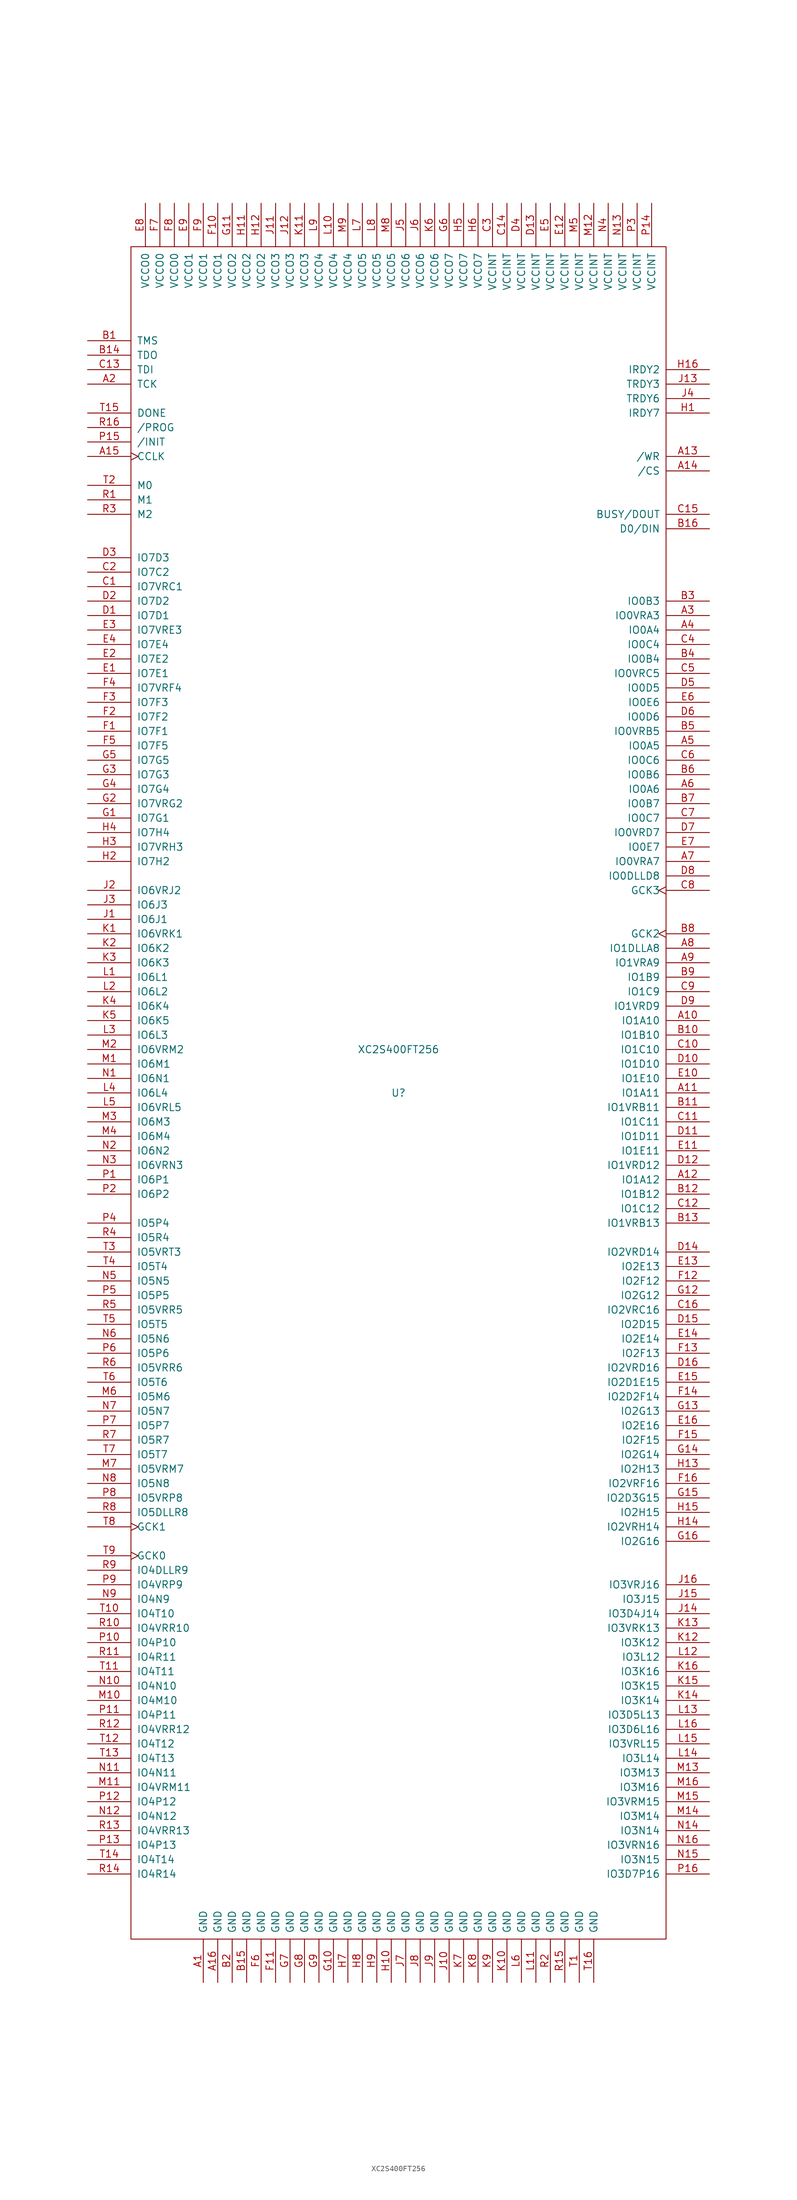
<source format=kicad_sym>
(kicad_symbol_lib
  (version 20211014)
  (generator kicad_symbol_editor)
  (symbol "XC2S400FT256"
    (pin_names
      (offset 1.016))
    (property "Reference" "U"
      (at 0 0 0)
      (effects (font (size 1.27 1.27))))
    (property "Value" "XC2S400FT256"
      (at 0 7.62 0)
      (effects (font (size 1.27 1.27))))
    (symbol "XC2S400FT256_0_1"
      (rectangle (start 46.99 -148.59) (end -46.99 148.59) (stroke (width 0) (type default) (color 0 0 0 0)) (fill (type none))))
    (symbol "XC2S400FT256_1_1"
      (pin power_in line (at -34.29 -156.21 90) (length 7.62) (name "GND" (effects (font (size 1.27 1.27)))) (number "A1" (effects (font (size 1.27 1.27)))))
      (pin bidirectional line (at 54.61 12.7 180) (length 7.62) (name "IO1A10" (effects (font (size 1.27 1.27)))) (number "A10" (effects (font (size 1.27 1.27)))))
      (pin bidirectional line (at 54.61 0 180) (length 7.62) (name "IO1A11" (effects (font (size 1.27 1.27)))) (number "A11" (effects (font (size 1.27 1.27)))))
      (pin bidirectional line (at 54.61 -15.24 180) (length 7.62) (name "IO1A12" (effects (font (size 1.27 1.27)))) (number "A12" (effects (font (size 1.27 1.27)))))
      (pin bidirectional line (at 54.61 111.76 180) (length 7.62) (name "/WR" (effects (font (size 1.27 1.27)))) (number "A13" (effects (font (size 1.27 1.27)))))
      (pin bidirectional line (at 54.61 109.22 180) (length 7.62) (name "/CS" (effects (font (size 1.27 1.27)))) (number "A14" (effects (font (size 1.27 1.27)))))
      (pin bidirectional clock (at -54.61 111.76 0) (length 7.62) (name "CCLK" (effects (font (size 1.27 1.27)))) (number "A15" (effects (font (size 1.27 1.27)))))
      (pin power_in line (at -31.75 -156.21 90) (length 7.62) (name "GND" (effects (font (size 1.27 1.27)))) (number "A16" (effects (font (size 1.27 1.27)))))
      (pin bidirectional line (at -54.61 124.46 0) (length 7.62) (name "TCK" (effects (font (size 1.27 1.27)))) (number "A2" (effects (font (size 1.27 1.27)))))
      (pin bidirectional line (at 54.61 83.82 180) (length 7.62) (name "IO0VRA3" (effects (font (size 1.27 1.27)))) (number "A3" (effects (font (size 1.27 1.27)))))
      (pin bidirectional line (at 54.61 81.28 180) (length 7.62) (name "IO0A4" (effects (font (size 1.27 1.27)))) (number "A4" (effects (font (size 1.27 1.27)))))
      (pin bidirectional line (at 54.61 60.96 180) (length 7.62) (name "IO0A5" (effects (font (size 1.27 1.27)))) (number "A5" (effects (font (size 1.27 1.27)))))
      (pin bidirectional line (at 54.61 53.34 180) (length 7.62) (name "IO0A6" (effects (font (size 1.27 1.27)))) (number "A6" (effects (font (size 1.27 1.27)))))
      (pin bidirectional line (at 54.61 40.64 180) (length 7.62) (name "IO0VRA7" (effects (font (size 1.27 1.27)))) (number "A7" (effects (font (size 1.27 1.27)))))
      (pin bidirectional line (at 54.61 25.4 180) (length 7.62) (name "IO1DLLA8" (effects (font (size 1.27 1.27)))) (number "A8" (effects (font (size 1.27 1.27)))))
      (pin bidirectional line (at 54.61 22.86 180) (length 7.62) (name "IO1VRA9" (effects (font (size 1.27 1.27)))) (number "A9" (effects (font (size 1.27 1.27)))))
      (pin bidirectional line (at -54.61 132.08 0) (length 7.62) (name "TMS" (effects (font (size 1.27 1.27)))) (number "B1" (effects (font (size 1.27 1.27)))))
      (pin bidirectional line (at 54.61 10.16 180) (length 7.62) (name "IO1B10" (effects (font (size 1.27 1.27)))) (number "B10" (effects (font (size 1.27 1.27)))))
      (pin bidirectional line (at 54.61 -2.54 180) (length 7.62) (name "IO1VRB11" (effects (font (size 1.27 1.27)))) (number "B11" (effects (font (size 1.27 1.27)))))
      (pin bidirectional line (at 54.61 -17.78 180) (length 7.62) (name "IO1B12" (effects (font (size 1.27 1.27)))) (number "B12" (effects (font (size 1.27 1.27)))))
      (pin bidirectional line (at 54.61 -22.86 180) (length 7.62) (name "IO1VRB13" (effects (font (size 1.27 1.27)))) (number "B13" (effects (font (size 1.27 1.27)))))
      (pin bidirectional line (at -54.61 129.54 0) (length 7.62) (name "TDO" (effects (font (size 1.27 1.27)))) (number "B14" (effects (font (size 1.27 1.27)))))
      (pin power_in line (at -26.67 -156.21 90) (length 7.62) (name "GND" (effects (font (size 1.27 1.27)))) (number "B15" (effects (font (size 1.27 1.27)))))
      (pin bidirectional line (at 54.61 99.06 180) (length 7.62) (name "D0/DIN" (effects (font (size 1.27 1.27)))) (number "B16" (effects (font (size 1.27 1.27)))))
      (pin power_in line (at -29.21 -156.21 90) (length 7.62) (name "GND" (effects (font (size 1.27 1.27)))) (number "B2" (effects (font (size 1.27 1.27)))))
      (pin bidirectional line (at 54.61 86.36 180) (length 7.62) (name "IO0B3" (effects (font (size 1.27 1.27)))) (number "B3" (effects (font (size 1.27 1.27)))))
      (pin bidirectional line (at 54.61 76.2 180) (length 7.62) (name "IO0B4" (effects (font (size 1.27 1.27)))) (number "B4" (effects (font (size 1.27 1.27)))))
      (pin bidirectional line (at 54.61 63.5 180) (length 7.62) (name "IO0VRB5" (effects (font (size 1.27 1.27)))) (number "B5" (effects (font (size 1.27 1.27)))))
      (pin bidirectional line (at 54.61 55.88 180) (length 7.62) (name "IO0B6" (effects (font (size 1.27 1.27)))) (number "B6" (effects (font (size 1.27 1.27)))))
      (pin bidirectional line (at 54.61 50.8 180) (length 7.62) (name "IO0B7" (effects (font (size 1.27 1.27)))) (number "B7" (effects (font (size 1.27 1.27)))))
      (pin input clock (at 54.61 27.94 180) (length 7.62) (name "GCK2" (effects (font (size 1.27 1.27)))) (number "B8" (effects (font (size 1.27 1.27)))))
      (pin bidirectional line (at 54.61 20.32 180) (length 7.62) (name "IO1B9" (effects (font (size 1.27 1.27)))) (number "B9" (effects (font (size 1.27 1.27)))))
      (pin bidirectional line (at -54.61 88.9 0) (length 7.62) (name "IO7VRC1" (effects (font (size 1.27 1.27)))) (number "C1" (effects (font (size 1.27 1.27)))))
      (pin bidirectional line (at 54.61 7.62 180) (length 7.62) (name "IO1C10" (effects (font (size 1.27 1.27)))) (number "C10" (effects (font (size 1.27 1.27)))))
      (pin bidirectional line (at 54.61 -5.08 180) (length 7.62) (name "IO1C11" (effects (font (size 1.27 1.27)))) (number "C11" (effects (font (size 1.27 1.27)))))
      (pin bidirectional line (at 54.61 -20.32 180) (length 7.62) (name "IO1C12" (effects (font (size 1.27 1.27)))) (number "C12" (effects (font (size 1.27 1.27)))))
      (pin bidirectional line (at -54.61 127 0) (length 7.62) (name "TDI" (effects (font (size 1.27 1.27)))) (number "C13" (effects (font (size 1.27 1.27)))))
      (pin power_in line (at 19.05 156.21 270) (length 7.62) (name "VCCINT" (effects (font (size 1.27 1.27)))) (number "C14" (effects (font (size 1.27 1.27)))))
      (pin bidirectional line (at 54.61 101.6 180) (length 7.62) (name "BUSY/DOUT" (effects (font (size 1.27 1.27)))) (number "C15" (effects (font (size 1.27 1.27)))))
      (pin bidirectional line (at 54.61 -38.1 180) (length 7.62) (name "IO2VRC16" (effects (font (size 1.27 1.27)))) (number "C16" (effects (font (size 1.27 1.27)))))
      (pin bidirectional line (at -54.61 91.44 0) (length 7.62) (name "IO7C2" (effects (font (size 1.27 1.27)))) (number "C2" (effects (font (size 1.27 1.27)))))
      (pin power_in line (at 16.51 156.21 270) (length 7.62) (name "VCCINT" (effects (font (size 1.27 1.27)))) (number "C3" (effects (font (size 1.27 1.27)))))
      (pin bidirectional line (at 54.61 78.74 180) (length 7.62) (name "IO0C4" (effects (font (size 1.27 1.27)))) (number "C4" (effects (font (size 1.27 1.27)))))
      (pin bidirectional line (at 54.61 73.66 180) (length 7.62) (name "IO0VRC5" (effects (font (size 1.27 1.27)))) (number "C5" (effects (font (size 1.27 1.27)))))
      (pin bidirectional line (at 54.61 58.42 180) (length 7.62) (name "IO0C6" (effects (font (size 1.27 1.27)))) (number "C6" (effects (font (size 1.27 1.27)))))
      (pin bidirectional line (at 54.61 48.26 180) (length 7.62) (name "IO0C7" (effects (font (size 1.27 1.27)))) (number "C7" (effects (font (size 1.27 1.27)))))
      (pin input clock (at 54.61 35.56 180) (length 7.62) (name "GCK3" (effects (font (size 1.27 1.27)))) (number "C8" (effects (font (size 1.27 1.27)))))
      (pin bidirectional line (at 54.61 17.78 180) (length 7.62) (name "IO1C9" (effects (font (size 1.27 1.27)))) (number "C9" (effects (font (size 1.27 1.27)))))
      (pin bidirectional line (at -54.61 83.82 0) (length 7.62) (name "IO7D1" (effects (font (size 1.27 1.27)))) (number "D1" (effects (font (size 1.27 1.27)))))
      (pin bidirectional line (at 54.61 5.08 180) (length 7.62) (name "IO1D10" (effects (font (size 1.27 1.27)))) (number "D10" (effects (font (size 1.27 1.27)))))
      (pin bidirectional line (at 54.61 -7.62 180) (length 7.62) (name "IO1D11" (effects (font (size 1.27 1.27)))) (number "D11" (effects (font (size 1.27 1.27)))))
      (pin bidirectional line (at 54.61 -12.7 180) (length 7.62) (name "IO1VRD12" (effects (font (size 1.27 1.27)))) (number "D12" (effects (font (size 1.27 1.27)))))
      (pin power_in line (at 24.13 156.21 270) (length 7.62) (name "VCCINT" (effects (font (size 1.27 1.27)))) (number "D13" (effects (font (size 1.27 1.27)))))
      (pin bidirectional line (at 54.61 -27.94 180) (length 7.62) (name "IO2VRD14" (effects (font (size 1.27 1.27)))) (number "D14" (effects (font (size 1.27 1.27)))))
      (pin bidirectional line (at 54.61 -40.64 180) (length 7.62) (name "IO2D15" (effects (font (size 1.27 1.27)))) (number "D15" (effects (font (size 1.27 1.27)))))
      (pin bidirectional line (at 54.61 -48.26 180) (length 7.62) (name "IO2VRD16" (effects (font (size 1.27 1.27)))) (number "D16" (effects (font (size 1.27 1.27)))))
      (pin bidirectional line (at -54.61 86.36 0) (length 7.62) (name "IO7D2" (effects (font (size 1.27 1.27)))) (number "D2" (effects (font (size 1.27 1.27)))))
      (pin bidirectional line (at -54.61 93.98 0) (length 7.62) (name "IO7D3" (effects (font (size 1.27 1.27)))) (number "D3" (effects (font (size 1.27 1.27)))))
      (pin power_in line (at 21.59 156.21 270) (length 7.62) (name "VCCINT" (effects (font (size 1.27 1.27)))) (number "D4" (effects (font (size 1.27 1.27)))))
      (pin bidirectional line (at 54.61 71.12 180) (length 7.62) (name "IO0D5" (effects (font (size 1.27 1.27)))) (number "D5" (effects (font (size 1.27 1.27)))))
      (pin bidirectional line (at 54.61 66.04 180) (length 7.62) (name "IO0D6" (effects (font (size 1.27 1.27)))) (number "D6" (effects (font (size 1.27 1.27)))))
      (pin bidirectional line (at 54.61 45.72 180) (length 7.62) (name "IO0VRD7" (effects (font (size 1.27 1.27)))) (number "D7" (effects (font (size 1.27 1.27)))))
      (pin bidirectional line (at 54.61 38.1 180) (length 7.62) (name "IO0DLLD8" (effects (font (size 1.27 1.27)))) (number "D8" (effects (font (size 1.27 1.27)))))
      (pin bidirectional line (at 54.61 15.24 180) (length 7.62) (name "IO1VRD9" (effects (font (size 1.27 1.27)))) (number "D9" (effects (font (size 1.27 1.27)))))
      (pin bidirectional line (at -54.61 73.66 0) (length 7.62) (name "IO7E1" (effects (font (size 1.27 1.27)))) (number "E1" (effects (font (size 1.27 1.27)))))
      (pin bidirectional line (at 54.61 2.54 180) (length 7.62) (name "IO1E10" (effects (font (size 1.27 1.27)))) (number "E10" (effects (font (size 1.27 1.27)))))
      (pin bidirectional line (at 54.61 -10.16 180) (length 7.62) (name "IO1E11" (effects (font (size 1.27 1.27)))) (number "E11" (effects (font (size 1.27 1.27)))))
      (pin power_in line (at 29.21 156.21 270) (length 7.62) (name "VCCINT" (effects (font (size 1.27 1.27)))) (number "E12" (effects (font (size 1.27 1.27)))))
      (pin bidirectional line (at 54.61 -30.48 180) (length 7.62) (name "IO2E13" (effects (font (size 1.27 1.27)))) (number "E13" (effects (font (size 1.27 1.27)))))
      (pin bidirectional line (at 54.61 -43.18 180) (length 7.62) (name "IO2E14" (effects (font (size 1.27 1.27)))) (number "E14" (effects (font (size 1.27 1.27)))))
      (pin bidirectional line (at 54.61 -50.8 180) (length 7.62) (name "IO2D1E15" (effects (font (size 1.27 1.27)))) (number "E15" (effects (font (size 1.27 1.27)))))
      (pin bidirectional line (at 54.61 -58.42 180) (length 7.62) (name "IO2E16" (effects (font (size 1.27 1.27)))) (number "E16" (effects (font (size 1.27 1.27)))))
      (pin bidirectional line (at -54.61 76.2 0) (length 7.62) (name "IO7E2" (effects (font (size 1.27 1.27)))) (number "E2" (effects (font (size 1.27 1.27)))))
      (pin bidirectional line (at -54.61 81.28 0) (length 7.62) (name "IO7VRE3" (effects (font (size 1.27 1.27)))) (number "E3" (effects (font (size 1.27 1.27)))))
      (pin bidirectional line (at -54.61 78.74 0) (length 7.62) (name "IO7E4" (effects (font (size 1.27 1.27)))) (number "E4" (effects (font (size 1.27 1.27)))))
      (pin power_in line (at 26.67 156.21 270) (length 7.62) (name "VCCINT" (effects (font (size 1.27 1.27)))) (number "E5" (effects (font (size 1.27 1.27)))))
      (pin bidirectional line (at 54.61 68.58 180) (length 7.62) (name "IO0E6" (effects (font (size 1.27 1.27)))) (number "E6" (effects (font (size 1.27 1.27)))))
      (pin bidirectional line (at 54.61 43.18 180) (length 7.62) (name "IO0E7" (effects (font (size 1.27 1.27)))) (number "E7" (effects (font (size 1.27 1.27)))))
      (pin power_in line (at -44.45 156.21 270) (length 7.62) (name "VCCO0" (effects (font (size 1.27 1.27)))) (number "E8" (effects (font (size 1.27 1.27)))))
      (pin power_in line (at -36.83 156.21 270) (length 7.62) (name "VCCO1" (effects (font (size 1.27 1.27)))) (number "E9" (effects (font (size 1.27 1.27)))))
      (pin bidirectional line (at -54.61 63.5 0) (length 7.62) (name "IO7F1" (effects (font (size 1.27 1.27)))) (number "F1" (effects (font (size 1.27 1.27)))))
      (pin power_in line (at -31.75 156.21 270) (length 7.62) (name "VCCO1" (effects (font (size 1.27 1.27)))) (number "F10" (effects (font (size 1.27 1.27)))))
      (pin power_in line (at -21.59 -156.21 90) (length 7.62) (name "GND" (effects (font (size 1.27 1.27)))) (number "F11" (effects (font (size 1.27 1.27)))))
      (pin bidirectional line (at 54.61 -33.02 180) (length 7.62) (name "IO2F12" (effects (font (size 1.27 1.27)))) (number "F12" (effects (font (size 1.27 1.27)))))
      (pin bidirectional line (at 54.61 -45.72 180) (length 7.62) (name "IO2F13" (effects (font (size 1.27 1.27)))) (number "F13" (effects (font (size 1.27 1.27)))))
      (pin bidirectional line (at 54.61 -53.34 180) (length 7.62) (name "IO2D2F14" (effects (font (size 1.27 1.27)))) (number "F14" (effects (font (size 1.27 1.27)))))
      (pin bidirectional line (at 54.61 -60.96 180) (length 7.62) (name "IO2F15" (effects (font (size 1.27 1.27)))) (number "F15" (effects (font (size 1.27 1.27)))))
      (pin bidirectional line (at 54.61 -68.58 180) (length 7.62) (name "IO2VRF16" (effects (font (size 1.27 1.27)))) (number "F16" (effects (font (size 1.27 1.27)))))
      (pin bidirectional line (at -54.61 66.04 0) (length 7.62) (name "IO7F2" (effects (font (size 1.27 1.27)))) (number "F2" (effects (font (size 1.27 1.27)))))
      (pin bidirectional line (at -54.61 68.58 0) (length 7.62) (name "IO7F3" (effects (font (size 1.27 1.27)))) (number "F3" (effects (font (size 1.27 1.27)))))
      (pin bidirectional line (at -54.61 71.12 0) (length 7.62) (name "IO7VRF4" (effects (font (size 1.27 1.27)))) (number "F4" (effects (font (size 1.27 1.27)))))
      (pin bidirectional line (at -54.61 60.96 0) (length 7.62) (name "IO7F5" (effects (font (size 1.27 1.27)))) (number "F5" (effects (font (size 1.27 1.27)))))
      (pin power_in line (at -24.13 -156.21 90) (length 7.62) (name "GND" (effects (font (size 1.27 1.27)))) (number "F6" (effects (font (size 1.27 1.27)))))
      (pin power_in line (at -41.91 156.21 270) (length 7.62) (name "VCCO0" (effects (font (size 1.27 1.27)))) (number "F7" (effects (font (size 1.27 1.27)))))
      (pin power_in line (at -39.37 156.21 270) (length 7.62) (name "VCCO0" (effects (font (size 1.27 1.27)))) (number "F8" (effects (font (size 1.27 1.27)))))
      (pin power_in line (at -34.29 156.21 270) (length 7.62) (name "VCCO1" (effects (font (size 1.27 1.27)))) (number "F9" (effects (font (size 1.27 1.27)))))
      (pin bidirectional line (at -54.61 48.26 0) (length 7.62) (name "IO7G1" (effects (font (size 1.27 1.27)))) (number "G1" (effects (font (size 1.27 1.27)))))
      (pin power_in line (at -11.43 -156.21 90) (length 7.62) (name "GND" (effects (font (size 1.27 1.27)))) (number "G10" (effects (font (size 1.27 1.27)))))
      (pin power_in line (at -29.21 156.21 270) (length 7.62) (name "VCCO2" (effects (font (size 1.27 1.27)))) (number "G11" (effects (font (size 1.27 1.27)))))
      (pin bidirectional line (at 54.61 -35.56 180) (length 7.62) (name "IO2G12" (effects (font (size 1.27 1.27)))) (number "G12" (effects (font (size 1.27 1.27)))))
      (pin bidirectional line (at 54.61 -55.88 180) (length 7.62) (name "IO2G13" (effects (font (size 1.27 1.27)))) (number "G13" (effects (font (size 1.27 1.27)))))
      (pin bidirectional line (at 54.61 -63.5 180) (length 7.62) (name "IO2G14" (effects (font (size 1.27 1.27)))) (number "G14" (effects (font (size 1.27 1.27)))))
      (pin bidirectional line (at 54.61 -71.12 180) (length 7.62) (name "IO2D3G15" (effects (font (size 1.27 1.27)))) (number "G15" (effects (font (size 1.27 1.27)))))
      (pin bidirectional line (at 54.61 -78.74 180) (length 7.62) (name "IO2G16" (effects (font (size 1.27 1.27)))) (number "G16" (effects (font (size 1.27 1.27)))))
      (pin bidirectional line (at -54.61 50.8 0) (length 7.62) (name "IO7VRG2" (effects (font (size 1.27 1.27)))) (number "G2" (effects (font (size 1.27 1.27)))))
      (pin bidirectional line (at -54.61 55.88 0) (length 7.62) (name "IO7G3" (effects (font (size 1.27 1.27)))) (number "G3" (effects (font (size 1.27 1.27)))))
      (pin bidirectional line (at -54.61 53.34 0) (length 7.62) (name "IO7G4" (effects (font (size 1.27 1.27)))) (number "G4" (effects (font (size 1.27 1.27)))))
      (pin bidirectional line (at -54.61 58.42 0) (length 7.62) (name "IO7G5" (effects (font (size 1.27 1.27)))) (number "G5" (effects (font (size 1.27 1.27)))))
      (pin power_in line (at 8.89 156.21 270) (length 7.62) (name "VCCO7" (effects (font (size 1.27 1.27)))) (number "G6" (effects (font (size 1.27 1.27)))))
      (pin power_in line (at -19.05 -156.21 90) (length 7.62) (name "GND" (effects (font (size 1.27 1.27)))) (number "G7" (effects (font (size 1.27 1.27)))))
      (pin power_in line (at -16.51 -156.21 90) (length 7.62) (name "GND" (effects (font (size 1.27 1.27)))) (number "G8" (effects (font (size 1.27 1.27)))))
      (pin power_in line (at -13.97 -156.21 90) (length 7.62) (name "GND" (effects (font (size 1.27 1.27)))) (number "G9" (effects (font (size 1.27 1.27)))))
      (pin bidirectional line (at 54.61 119.38 180) (length 7.62) (name "IRDY7" (effects (font (size 1.27 1.27)))) (number "H1" (effects (font (size 1.27 1.27)))))
      (pin power_in line (at -1.27 -156.21 90) (length 7.62) (name "GND" (effects (font (size 1.27 1.27)))) (number "H10" (effects (font (size 1.27 1.27)))))
      (pin power_in line (at -26.67 156.21 270) (length 7.62) (name "VCCO2" (effects (font (size 1.27 1.27)))) (number "H11" (effects (font (size 1.27 1.27)))))
      (pin power_in line (at -24.13 156.21 270) (length 7.62) (name "VCCO2" (effects (font (size 1.27 1.27)))) (number "H12" (effects (font (size 1.27 1.27)))))
      (pin bidirectional line (at 54.61 -66.04 180) (length 7.62) (name "IO2H13" (effects (font (size 1.27 1.27)))) (number "H13" (effects (font (size 1.27 1.27)))))
      (pin bidirectional line (at 54.61 -76.2 180) (length 7.62) (name "IO2VRH14" (effects (font (size 1.27 1.27)))) (number "H14" (effects (font (size 1.27 1.27)))))
      (pin bidirectional line (at 54.61 -73.66 180) (length 7.62) (name "IO2H15" (effects (font (size 1.27 1.27)))) (number "H15" (effects (font (size 1.27 1.27)))))
      (pin bidirectional line (at 54.61 127 180) (length 7.62) (name "IRDY2" (effects (font (size 1.27 1.27)))) (number "H16" (effects (font (size 1.27 1.27)))))
      (pin bidirectional line (at -54.61 40.64 0) (length 7.62) (name "IO7H2" (effects (font (size 1.27 1.27)))) (number "H2" (effects (font (size 1.27 1.27)))))
      (pin bidirectional line (at -54.61 43.18 0) (length 7.62) (name "IO7VRH3" (effects (font (size 1.27 1.27)))) (number "H3" (effects (font (size 1.27 1.27)))))
      (pin bidirectional line (at -54.61 45.72 0) (length 7.62) (name "IO7H4" (effects (font (size 1.27 1.27)))) (number "H4" (effects (font (size 1.27 1.27)))))
      (pin power_in line (at 11.43 156.21 270) (length 7.62) (name "VCCO7" (effects (font (size 1.27 1.27)))) (number "H5" (effects (font (size 1.27 1.27)))))
      (pin power_in line (at 13.97 156.21 270) (length 7.62) (name "VCCO7" (effects (font (size 1.27 1.27)))) (number "H6" (effects (font (size 1.27 1.27)))))
      (pin power_in line (at -8.89 -156.21 90) (length 7.62) (name "GND" (effects (font (size 1.27 1.27)))) (number "H7" (effects (font (size 1.27 1.27)))))
      (pin power_in line (at -6.35 -156.21 90) (length 7.62) (name "GND" (effects (font (size 1.27 1.27)))) (number "H8" (effects (font (size 1.27 1.27)))))
      (pin power_in line (at -3.81 -156.21 90) (length 7.62) (name "GND" (effects (font (size 1.27 1.27)))) (number "H9" (effects (font (size 1.27 1.27)))))
      (pin bidirectional line (at -54.61 30.48 0) (length 7.62) (name "IO6J1" (effects (font (size 1.27 1.27)))) (number "J1" (effects (font (size 1.27 1.27)))))
      (pin power_in line (at 8.89 -156.21 90) (length 7.62) (name "GND" (effects (font (size 1.27 1.27)))) (number "J10" (effects (font (size 1.27 1.27)))))
      (pin power_in line (at -21.59 156.21 270) (length 7.62) (name "VCCO3" (effects (font (size 1.27 1.27)))) (number "J11" (effects (font (size 1.27 1.27)))))
      (pin power_in line (at -19.05 156.21 270) (length 7.62) (name "VCCO3" (effects (font (size 1.27 1.27)))) (number "J12" (effects (font (size 1.27 1.27)))))
      (pin bidirectional line (at 54.61 124.46 180) (length 7.62) (name "TRDY3" (effects (font (size 1.27 1.27)))) (number "J13" (effects (font (size 1.27 1.27)))))
      (pin bidirectional line (at 54.61 -91.44 180) (length 7.62) (name "IO3D4J14" (effects (font (size 1.27 1.27)))) (number "J14" (effects (font (size 1.27 1.27)))))
      (pin bidirectional line (at 54.61 -88.9 180) (length 7.62) (name "IO3J15" (effects (font (size 1.27 1.27)))) (number "J15" (effects (font (size 1.27 1.27)))))
      (pin bidirectional line (at 54.61 -86.36 180) (length 7.62) (name "IO3VRJ16" (effects (font (size 1.27 1.27)))) (number "J16" (effects (font (size 1.27 1.27)))))
      (pin bidirectional line (at -54.61 35.56 0) (length 7.62) (name "IO6VRJ2" (effects (font (size 1.27 1.27)))) (number "J2" (effects (font (size 1.27 1.27)))))
      (pin bidirectional line (at -54.61 33.02 0) (length 7.62) (name "IO6J3" (effects (font (size 1.27 1.27)))) (number "J3" (effects (font (size 1.27 1.27)))))
      (pin bidirectional line (at 54.61 121.92 180) (length 7.62) (name "TRDY6" (effects (font (size 1.27 1.27)))) (number "J4" (effects (font (size 1.27 1.27)))))
      (pin power_in line (at 1.27 156.21 270) (length 7.62) (name "VCCO6" (effects (font (size 1.27 1.27)))) (number "J5" (effects (font (size 1.27 1.27)))))
      (pin power_in line (at 3.81 156.21 270) (length 7.62) (name "VCCO6" (effects (font (size 1.27 1.27)))) (number "J6" (effects (font (size 1.27 1.27)))))
      (pin power_in line (at 1.27 -156.21 90) (length 7.62) (name "GND" (effects (font (size 1.27 1.27)))) (number "J7" (effects (font (size 1.27 1.27)))))
      (pin power_in line (at 3.81 -156.21 90) (length 7.62) (name "GND" (effects (font (size 1.27 1.27)))) (number "J8" (effects (font (size 1.27 1.27)))))
      (pin power_in line (at 6.35 -156.21 90) (length 7.62) (name "GND" (effects (font (size 1.27 1.27)))) (number "J9" (effects (font (size 1.27 1.27)))))
      (pin bidirectional line (at -54.61 27.94 0) (length 7.62) (name "IO6VRK1" (effects (font (size 1.27 1.27)))) (number "K1" (effects (font (size 1.27 1.27)))))
      (pin power_in line (at 19.05 -156.21 90) (length 7.62) (name "GND" (effects (font (size 1.27 1.27)))) (number "K10" (effects (font (size 1.27 1.27)))))
      (pin power_in line (at -16.51 156.21 270) (length 7.62) (name "VCCO3" (effects (font (size 1.27 1.27)))) (number "K11" (effects (font (size 1.27 1.27)))))
      (pin bidirectional line (at 54.61 -96.52 180) (length 7.62) (name "IO3K12" (effects (font (size 1.27 1.27)))) (number "K12" (effects (font (size 1.27 1.27)))))
      (pin bidirectional line (at 54.61 -93.98 180) (length 7.62) (name "IO3VRK13" (effects (font (size 1.27 1.27)))) (number "K13" (effects (font (size 1.27 1.27)))))
      (pin bidirectional line (at 54.61 -106.68 180) (length 7.62) (name "IO3K14" (effects (font (size 1.27 1.27)))) (number "K14" (effects (font (size 1.27 1.27)))))
      (pin bidirectional line (at 54.61 -104.14 180) (length 7.62) (name "IO3K15" (effects (font (size 1.27 1.27)))) (number "K15" (effects (font (size 1.27 1.27)))))
      (pin bidirectional line (at 54.61 -101.6 180) (length 7.62) (name "IO3K16" (effects (font (size 1.27 1.27)))) (number "K16" (effects (font (size 1.27 1.27)))))
      (pin bidirectional line (at -54.61 25.4 0) (length 7.62) (name "IO6K2" (effects (font (size 1.27 1.27)))) (number "K2" (effects (font (size 1.27 1.27)))))
      (pin bidirectional line (at -54.61 22.86 0) (length 7.62) (name "IO6K3" (effects (font (size 1.27 1.27)))) (number "K3" (effects (font (size 1.27 1.27)))))
      (pin bidirectional line (at -54.61 15.24 0) (length 7.62) (name "IO6K4" (effects (font (size 1.27 1.27)))) (number "K4" (effects (font (size 1.27 1.27)))))
      (pin bidirectional line (at -54.61 12.7 0) (length 7.62) (name "IO6K5" (effects (font (size 1.27 1.27)))) (number "K5" (effects (font (size 1.27 1.27)))))
      (pin power_in line (at 6.35 156.21 270) (length 7.62) (name "VCCO6" (effects (font (size 1.27 1.27)))) (number "K6" (effects (font (size 1.27 1.27)))))
      (pin power_in line (at 11.43 -156.21 90) (length 7.62) (name "GND" (effects (font (size 1.27 1.27)))) (number "K7" (effects (font (size 1.27 1.27)))))
      (pin power_in line (at 13.97 -156.21 90) (length 7.62) (name "GND" (effects (font (size 1.27 1.27)))) (number "K8" (effects (font (size 1.27 1.27)))))
      (pin power_in line (at 16.51 -156.21 90) (length 7.62) (name "GND" (effects (font (size 1.27 1.27)))) (number "K9" (effects (font (size 1.27 1.27)))))
      (pin bidirectional line (at -54.61 20.32 0) (length 7.62) (name "IO6L1" (effects (font (size 1.27 1.27)))) (number "L1" (effects (font (size 1.27 1.27)))))
      (pin power_in line (at -11.43 156.21 270) (length 7.62) (name "VCCO4" (effects (font (size 1.27 1.27)))) (number "L10" (effects (font (size 1.27 1.27)))))
      (pin power_in line (at 24.13 -156.21 90) (length 7.62) (name "GND" (effects (font (size 1.27 1.27)))) (number "L11" (effects (font (size 1.27 1.27)))))
      (pin bidirectional line (at 54.61 -99.06 180) (length 7.62) (name "IO3L12" (effects (font (size 1.27 1.27)))) (number "L12" (effects (font (size 1.27 1.27)))))
      (pin bidirectional line (at 54.61 -109.22 180) (length 7.62) (name "IO3D5L13" (effects (font (size 1.27 1.27)))) (number "L13" (effects (font (size 1.27 1.27)))))
      (pin bidirectional line (at 54.61 -116.84 180) (length 7.62) (name "IO3L14" (effects (font (size 1.27 1.27)))) (number "L14" (effects (font (size 1.27 1.27)))))
      (pin bidirectional line (at 54.61 -114.3 180) (length 7.62) (name "IO3VRL15" (effects (font (size 1.27 1.27)))) (number "L15" (effects (font (size 1.27 1.27)))))
      (pin bidirectional line (at 54.61 -111.76 180) (length 7.62) (name "IO3D6L16" (effects (font (size 1.27 1.27)))) (number "L16" (effects (font (size 1.27 1.27)))))
      (pin bidirectional line (at -54.61 17.78 0) (length 7.62) (name "IO6L2" (effects (font (size 1.27 1.27)))) (number "L2" (effects (font (size 1.27 1.27)))))
      (pin bidirectional line (at -54.61 10.16 0) (length 7.62) (name "IO6L3" (effects (font (size 1.27 1.27)))) (number "L3" (effects (font (size 1.27 1.27)))))
      (pin bidirectional line (at -54.61 0 0) (length 7.62) (name "IO6L4" (effects (font (size 1.27 1.27)))) (number "L4" (effects (font (size 1.27 1.27)))))
      (pin bidirectional line (at -54.61 -2.54 0) (length 7.62) (name "IO6VRL5" (effects (font (size 1.27 1.27)))) (number "L5" (effects (font (size 1.27 1.27)))))
      (pin power_in line (at 21.59 -156.21 90) (length 7.62) (name "GND" (effects (font (size 1.27 1.27)))) (number "L6" (effects (font (size 1.27 1.27)))))
      (pin power_in line (at -6.35 156.21 270) (length 7.62) (name "VCCO5" (effects (font (size 1.27 1.27)))) (number "L7" (effects (font (size 1.27 1.27)))))
      (pin power_in line (at -3.81 156.21 270) (length 7.62) (name "VCCO5" (effects (font (size 1.27 1.27)))) (number "L8" (effects (font (size 1.27 1.27)))))
      (pin passive line (at -13.97 156.21 270) (length 7.62) (name "VCCO4" (effects (font (size 1.27 1.27)))) (number "L9" (effects (font (size 1.27 1.27)))))
      (pin bidirectional line (at -54.61 5.08 0) (length 7.62) (name "IO6M1" (effects (font (size 1.27 1.27)))) (number "M1" (effects (font (size 1.27 1.27)))))
      (pin bidirectional line (at -54.61 -106.68 0) (length 7.62) (name "IO4M10" (effects (font (size 1.27 1.27)))) (number "M10" (effects (font (size 1.27 1.27)))))
      (pin bidirectional line (at -54.61 -121.92 0) (length 7.62) (name "IO4VRM11" (effects (font (size 1.27 1.27)))) (number "M11" (effects (font (size 1.27 1.27)))))
      (pin power_in line (at 34.29 156.21 270) (length 7.62) (name "VCCINT" (effects (font (size 1.27 1.27)))) (number "M12" (effects (font (size 1.27 1.27)))))
      (pin bidirectional line (at 54.61 -119.38 180) (length 7.62) (name "IO3M13" (effects (font (size 1.27 1.27)))) (number "M13" (effects (font (size 1.27 1.27)))))
      (pin bidirectional line (at 54.61 -127 180) (length 7.62) (name "IO3M14" (effects (font (size 1.27 1.27)))) (number "M14" (effects (font (size 1.27 1.27)))))
      (pin bidirectional line (at 54.61 -124.46 180) (length 7.62) (name "IO3VRM15" (effects (font (size 1.27 1.27)))) (number "M15" (effects (font (size 1.27 1.27)))))
      (pin bidirectional line (at 54.61 -121.92 180) (length 7.62) (name "IO3M16" (effects (font (size 1.27 1.27)))) (number "M16" (effects (font (size 1.27 1.27)))))
      (pin bidirectional line (at -54.61 7.62 0) (length 7.62) (name "IO6VRM2" (effects (font (size 1.27 1.27)))) (number "M2" (effects (font (size 1.27 1.27)))))
      (pin bidirectional line (at -54.61 -5.08 0) (length 7.62) (name "IO6M3" (effects (font (size 1.27 1.27)))) (number "M3" (effects (font (size 1.27 1.27)))))
      (pin bidirectional line (at -54.61 -7.62 0) (length 7.62) (name "IO6M4" (effects (font (size 1.27 1.27)))) (number "M4" (effects (font (size 1.27 1.27)))))
      (pin power_in line (at 31.75 156.21 270) (length 7.62) (name "VCCINT" (effects (font (size 1.27 1.27)))) (number "M5" (effects (font (size 1.27 1.27)))))
      (pin bidirectional line (at -54.61 -53.34 0) (length 7.62) (name "IO5M6" (effects (font (size 1.27 1.27)))) (number "M6" (effects (font (size 1.27 1.27)))))
      (pin bidirectional line (at -54.61 -66.04 0) (length 7.62) (name "IO5VRM7" (effects (font (size 1.27 1.27)))) (number "M7" (effects (font (size 1.27 1.27)))))
      (pin power_in line (at -1.27 156.21 270) (length 7.62) (name "VCCO5" (effects (font (size 1.27 1.27)))) (number "M8" (effects (font (size 1.27 1.27)))))
      (pin power_in line (at -8.89 156.21 270) (length 7.62) (name "VCCO4" (effects (font (size 1.27 1.27)))) (number "M9" (effects (font (size 1.27 1.27)))))
      (pin bidirectional line (at -54.61 2.54 0) (length 7.62) (name "IO6N1" (effects (font (size 1.27 1.27)))) (number "N1" (effects (font (size 1.27 1.27)))))
      (pin bidirectional line (at -54.61 -104.14 0) (length 7.62) (name "IO4N10" (effects (font (size 1.27 1.27)))) (number "N10" (effects (font (size 1.27 1.27)))))
      (pin bidirectional line (at -54.61 -119.38 0) (length 7.62) (name "IO4N11" (effects (font (size 1.27 1.27)))) (number "N11" (effects (font (size 1.27 1.27)))))
      (pin bidirectional line (at -54.61 -127 0) (length 7.62) (name "IO4N12" (effects (font (size 1.27 1.27)))) (number "N12" (effects (font (size 1.27 1.27)))))
      (pin power_in line (at 39.37 156.21 270) (length 7.62) (name "VCCINT" (effects (font (size 1.27 1.27)))) (number "N13" (effects (font (size 1.27 1.27)))))
      (pin bidirectional line (at 54.61 -129.54 180) (length 7.62) (name "IO3N14" (effects (font (size 1.27 1.27)))) (number "N14" (effects (font (size 1.27 1.27)))))
      (pin bidirectional line (at 54.61 -134.62 180) (length 7.62) (name "IO3N15" (effects (font (size 1.27 1.27)))) (number "N15" (effects (font (size 1.27 1.27)))))
      (pin bidirectional line (at 54.61 -132.08 180) (length 7.62) (name "IO3VRN16" (effects (font (size 1.27 1.27)))) (number "N16" (effects (font (size 1.27 1.27)))))
      (pin bidirectional line (at -54.61 -10.16 0) (length 7.62) (name "IO6N2" (effects (font (size 1.27 1.27)))) (number "N2" (effects (font (size 1.27 1.27)))))
      (pin bidirectional line (at -54.61 -12.7 0) (length 7.62) (name "IO6VRN3" (effects (font (size 1.27 1.27)))) (number "N3" (effects (font (size 1.27 1.27)))))
      (pin power_in line (at 36.83 156.21 270) (length 7.62) (name "VCCINT" (effects (font (size 1.27 1.27)))) (number "N4" (effects (font (size 1.27 1.27)))))
      (pin bidirectional line (at -54.61 -33.02 0) (length 7.62) (name "IO5N5" (effects (font (size 1.27 1.27)))) (number "N5" (effects (font (size 1.27 1.27)))))
      (pin bidirectional line (at -54.61 -43.18 0) (length 7.62) (name "IO5N6" (effects (font (size 1.27 1.27)))) (number "N6" (effects (font (size 1.27 1.27)))))
      (pin bidirectional line (at -54.61 -55.88 0) (length 7.62) (name "IO5N7" (effects (font (size 1.27 1.27)))) (number "N7" (effects (font (size 1.27 1.27)))))
      (pin bidirectional line (at -54.61 -68.58 0) (length 7.62) (name "IO5N8" (effects (font (size 1.27 1.27)))) (number "N8" (effects (font (size 1.27 1.27)))))
      (pin bidirectional line (at -54.61 -88.9 0) (length 7.62) (name "IO4N9" (effects (font (size 1.27 1.27)))) (number "N9" (effects (font (size 1.27 1.27)))))
      (pin bidirectional line (at -54.61 -15.24 0) (length 7.62) (name "IO6P1" (effects (font (size 1.27 1.27)))) (number "P1" (effects (font (size 1.27 1.27)))))
      (pin bidirectional line (at -54.61 -96.52 0) (length 7.62) (name "IO4P10" (effects (font (size 1.27 1.27)))) (number "P10" (effects (font (size 1.27 1.27)))))
      (pin bidirectional line (at -54.61 -109.22 0) (length 7.62) (name "IO4P11" (effects (font (size 1.27 1.27)))) (number "P11" (effects (font (size 1.27 1.27)))))
      (pin bidirectional line (at -54.61 -124.46 0) (length 7.62) (name "IO4P12" (effects (font (size 1.27 1.27)))) (number "P12" (effects (font (size 1.27 1.27)))))
      (pin bidirectional line (at -54.61 -132.08 0) (length 7.62) (name "IO4P13" (effects (font (size 1.27 1.27)))) (number "P13" (effects (font (size 1.27 1.27)))))
      (pin power_in line (at 44.45 156.21 270) (length 7.62) (name "VCCINT" (effects (font (size 1.27 1.27)))) (number "P14" (effects (font (size 1.27 1.27)))))
      (pin bidirectional line (at -54.61 114.3 0) (length 7.62) (name "/INIT" (effects (font (size 1.27 1.27)))) (number "P15" (effects (font (size 1.27 1.27)))))
      (pin bidirectional line (at 54.61 -137.16 180) (length 7.62) (name "IO3D7P16" (effects (font (size 1.27 1.27)))) (number "P16" (effects (font (size 1.27 1.27)))))
      (pin bidirectional line (at -54.61 -17.78 0) (length 7.62) (name "IO6P2" (effects (font (size 1.27 1.27)))) (number "P2" (effects (font (size 1.27 1.27)))))
      (pin power_in line (at 41.91 156.21 270) (length 7.62) (name "VCCINT" (effects (font (size 1.27 1.27)))) (number "P3" (effects (font (size 1.27 1.27)))))
      (pin bidirectional line (at -54.61 -22.86 0) (length 7.62) (name "IO5P4" (effects (font (size 1.27 1.27)))) (number "P4" (effects (font (size 1.27 1.27)))))
      (pin bidirectional line (at -54.61 -35.56 0) (length 7.62) (name "IO5P5" (effects (font (size 1.27 1.27)))) (number "P5" (effects (font (size 1.27 1.27)))))
      (pin bidirectional line (at -54.61 -45.72 0) (length 7.62) (name "IO5P6" (effects (font (size 1.27 1.27)))) (number "P6" (effects (font (size 1.27 1.27)))))
      (pin bidirectional line (at -54.61 -58.42 0) (length 7.62) (name "IO5P7" (effects (font (size 1.27 1.27)))) (number "P7" (effects (font (size 1.27 1.27)))))
      (pin bidirectional line (at -54.61 -71.12 0) (length 7.62) (name "IO5VRP8" (effects (font (size 1.27 1.27)))) (number "P8" (effects (font (size 1.27 1.27)))))
      (pin bidirectional line (at -54.61 -86.36 0) (length 7.62) (name "IO4VRP9" (effects (font (size 1.27 1.27)))) (number "P9" (effects (font (size 1.27 1.27)))))
      (pin input line (at -54.61 104.14 0) (length 7.62) (name "M1" (effects (font (size 1.27 1.27)))) (number "R1" (effects (font (size 1.27 1.27)))))
      (pin bidirectional line (at -54.61 -93.98 0) (length 7.62) (name "IO4VRR10" (effects (font (size 1.27 1.27)))) (number "R10" (effects (font (size 1.27 1.27)))))
      (pin bidirectional line (at -54.61 -99.06 0) (length 7.62) (name "IO4R11" (effects (font (size 1.27 1.27)))) (number "R11" (effects (font (size 1.27 1.27)))))
      (pin bidirectional line (at -54.61 -111.76 0) (length 7.62) (name "IO4VRR12" (effects (font (size 1.27 1.27)))) (number "R12" (effects (font (size 1.27 1.27)))))
      (pin bidirectional line (at -54.61 -129.54 0) (length 7.62) (name "IO4VRR13" (effects (font (size 1.27 1.27)))) (number "R13" (effects (font (size 1.27 1.27)))))
      (pin bidirectional line (at -54.61 -137.16 0) (length 7.62) (name "IO4R14" (effects (font (size 1.27 1.27)))) (number "R14" (effects (font (size 1.27 1.27)))))
      (pin power_in line (at 29.21 -156.21 90) (length 7.62) (name "GND" (effects (font (size 1.27 1.27)))) (number "R15" (effects (font (size 1.27 1.27)))))
      (pin input line (at -54.61 116.84 0) (length 7.62) (name "/PROG" (effects (font (size 1.27 1.27)))) (number "R16" (effects (font (size 1.27 1.27)))))
      (pin power_in line (at 26.67 -156.21 90) (length 7.62) (name "GND" (effects (font (size 1.27 1.27)))) (number "R2" (effects (font (size 1.27 1.27)))))
      (pin input line (at -54.61 101.6 0) (length 7.62) (name "M2" (effects (font (size 1.27 1.27)))) (number "R3" (effects (font (size 1.27 1.27)))))
      (pin bidirectional line (at -54.61 -25.4 0) (length 7.62) (name "IO5R4" (effects (font (size 1.27 1.27)))) (number "R4" (effects (font (size 1.27 1.27)))))
      (pin bidirectional line (at -54.61 -38.1 0) (length 7.62) (name "IO5VRR5" (effects (font (size 1.27 1.27)))) (number "R5" (effects (font (size 1.27 1.27)))))
      (pin bidirectional line (at -54.61 -48.26 0) (length 7.62) (name "IO5VRR6" (effects (font (size 1.27 1.27)))) (number "R6" (effects (font (size 1.27 1.27)))))
      (pin bidirectional line (at -54.61 -60.96 0) (length 7.62) (name "IO5R7" (effects (font (size 1.27 1.27)))) (number "R7" (effects (font (size 1.27 1.27)))))
      (pin bidirectional line (at -54.61 -73.66 0) (length 7.62) (name "IO5DLLR8" (effects (font (size 1.27 1.27)))) (number "R8" (effects (font (size 1.27 1.27)))))
      (pin bidirectional line (at -54.61 -83.82 0) (length 7.62) (name "IO4DLLR9" (effects (font (size 1.27 1.27)))) (number "R9" (effects (font (size 1.27 1.27)))))
      (pin power_in line (at 31.75 -156.21 90) (length 7.62) (name "GND" (effects (font (size 1.27 1.27)))) (number "T1" (effects (font (size 1.27 1.27)))))
      (pin bidirectional line (at -54.61 -91.44 0) (length 7.62) (name "IO4T10" (effects (font (size 1.27 1.27)))) (number "T10" (effects (font (size 1.27 1.27)))))
      (pin bidirectional line (at -54.61 -101.6 0) (length 7.62) (name "IO4T11" (effects (font (size 1.27 1.27)))) (number "T11" (effects (font (size 1.27 1.27)))))
      (pin bidirectional line (at -54.61 -114.3 0) (length 7.62) (name "IO4T12" (effects (font (size 1.27 1.27)))) (number "T12" (effects (font (size 1.27 1.27)))))
      (pin bidirectional line (at -54.61 -116.84 0) (length 7.62) (name "IO4T13" (effects (font (size 1.27 1.27)))) (number "T13" (effects (font (size 1.27 1.27)))))
      (pin bidirectional line (at -54.61 -134.62 0) (length 7.62) (name "IO4T14" (effects (font (size 1.27 1.27)))) (number "T14" (effects (font (size 1.27 1.27)))))
      (pin bidirectional line (at -54.61 119.38 0) (length 7.62) (name "DONE" (effects (font (size 1.27 1.27)))) (number "T15" (effects (font (size 1.27 1.27)))))
      (pin power_in line (at 34.29 -156.21 90) (length 7.62) (name "GND" (effects (font (size 1.27 1.27)))) (number "T16" (effects (font (size 1.27 1.27)))))
      (pin input line (at -54.61 106.68 0) (length 7.62) (name "M0" (effects (font (size 1.27 1.27)))) (number "T2" (effects (font (size 1.27 1.27)))))
      (pin bidirectional line (at -54.61 -27.94 0) (length 7.62) (name "IO5VRT3" (effects (font (size 1.27 1.27)))) (number "T3" (effects (font (size 1.27 1.27)))))
      (pin bidirectional line (at -54.61 -30.48 0) (length 7.62) (name "IO5T4" (effects (font (size 1.27 1.27)))) (number "T4" (effects (font (size 1.27 1.27)))))
      (pin bidirectional line (at -54.61 -40.64 0) (length 7.62) (name "IO5T5" (effects (font (size 1.27 1.27)))) (number "T5" (effects (font (size 1.27 1.27)))))
      (pin bidirectional line (at -54.61 -50.8 0) (length 7.62) (name "IO5T6" (effects (font (size 1.27 1.27)))) (number "T6" (effects (font (size 1.27 1.27)))))
      (pin bidirectional line (at -54.61 -63.5 0) (length 7.62) (name "IO5T7" (effects (font (size 1.27 1.27)))) (number "T7" (effects (font (size 1.27 1.27)))))
      (pin input clock (at -54.61 -76.2 0) (length 7.62) (name "GCK1" (effects (font (size 1.27 1.27)))) (number "T8" (effects (font (size 1.27 1.27)))))
      (pin input clock (at -54.61 -81.28 0) (length 7.62) (name "GCK0" (effects (font (size 1.27 1.27)))) (number "T9" (effects (font (size 1.27 1.27))))))))
</source>
